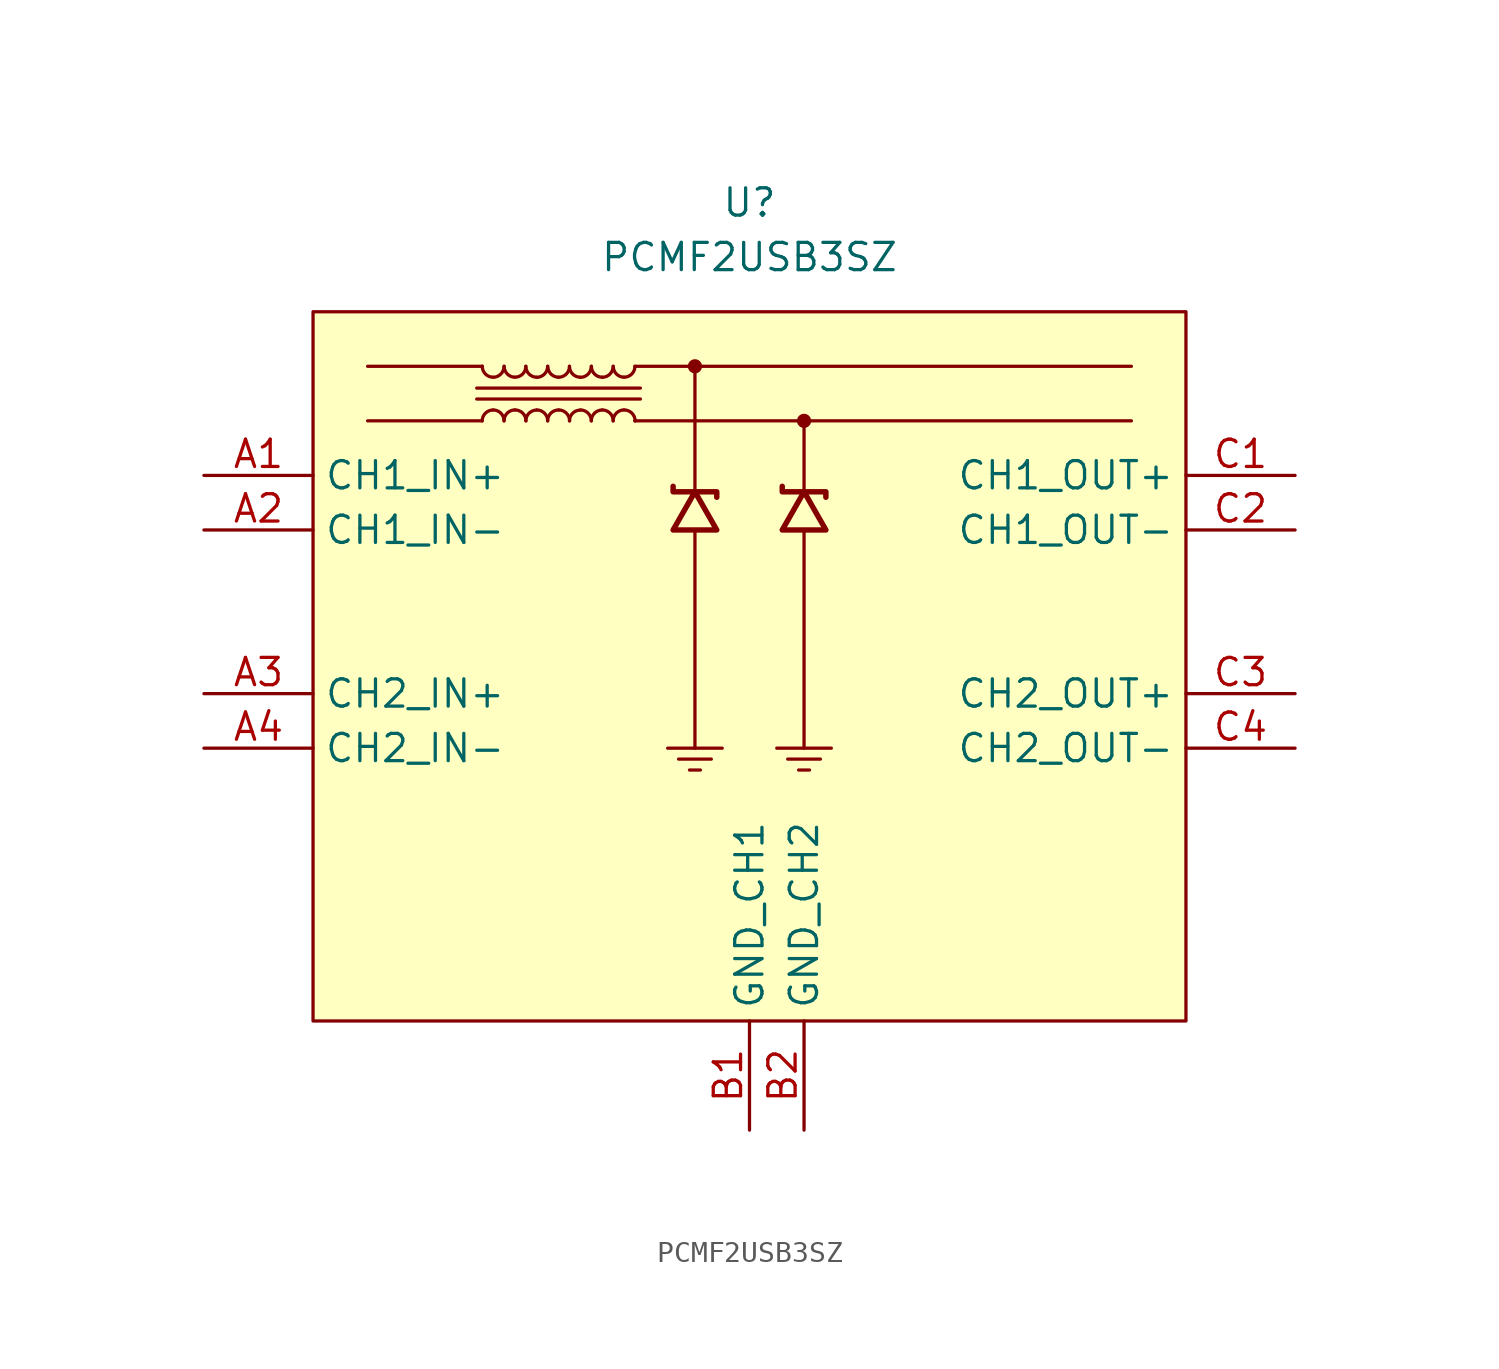
<source format=kicad_sym>
(kicad_symbol_lib
  (version 20211014)
  (generator kicad_symbol_editor)
  (symbol "PCMF2USB3SZ"
    (property "Reference" "U"
      (at 0 20.32 0)
      (effects (font (size 1.27 1.27))))
    (property "Value" "PCMF2USB3SZ"
      (at 0 17.78 0)
      (effects (font (size 1.27 1.27))))
    (symbol "PCMF2USB3SZ_0_1"
      (rectangle (start -20.32 15.24) (end 20.32 -17.78) (stroke (width 0) (type default) (color 0 0 0 0)) (fill (type background)))
      (arc (start -12.446 12.7) (mid -12.446 12.7) (end -12.446 12.7) (stroke (width 0) (type default) (color 0 0 0 0)) (fill (type none)))
      (arc (start -12.446 12.7) (mid -12.2972 12.3408) (end -11.938 12.192) (stroke (width 0) (type default) (color 0 0 0 0)) (fill (type none)))
      (arc (start -11.938 10.668) (mid -12.2972 10.5192) (end -12.446 10.16) (stroke (width 0) (type default) (color 0 0 0 0)) (fill (type none)))
      (arc (start -11.938 12.192) (mid -11.5788 12.3408) (end -11.43 12.7) (stroke (width 0) (type default) (color 0 0 0 0)) (fill (type none)))
      (arc (start -11.43 10.16) (mid -11.5788 10.5192) (end -11.938 10.668) (stroke (width 0) (type default) (color 0 0 0 0)) (fill (type none)))
      (arc (start -11.43 12.7) (mid -11.2812 12.3408) (end -10.922 12.192) (stroke (width 0) (type default) (color 0 0 0 0)) (fill (type none)))
      (arc (start -10.922 10.668) (mid -11.2812 10.5192) (end -11.43 10.16) (stroke (width 0) (type default) (color 0 0 0 0)) (fill (type none)))
      (arc (start -10.922 12.192) (mid -10.5628 12.3408) (end -10.414 12.7) (stroke (width 0) (type default) (color 0 0 0 0)) (fill (type none)))
      (arc (start -10.414 10.16) (mid -10.5628 10.5192) (end -10.922 10.668) (stroke (width 0) (type default) (color 0 0 0 0)) (fill (type none)))
      (arc (start -10.414 12.7) (mid -10.2652 12.3408) (end -9.906 12.192) (stroke (width 0) (type default) (color 0 0 0 0)) (fill (type none)))
      (arc (start -9.906 10.668) (mid -10.2652 10.5192) (end -10.414 10.16) (stroke (width 0) (type default) (color 0 0 0 0)) (fill (type none)))
      (arc (start -9.906 12.192) (mid -9.5468 12.3408) (end -9.398 12.7) (stroke (width 0) (type default) (color 0 0 0 0)) (fill (type none)))
      (arc (start -9.398 10.16) (mid -9.5468 10.5192) (end -9.906 10.668) (stroke (width 0) (type default) (color 0 0 0 0)) (fill (type none)))
      (arc (start -9.398 12.7) (mid -9.2492 12.3408) (end -8.89 12.192) (stroke (width 0) (type default) (color 0 0 0 0)) (fill (type none)))
      (arc (start -8.89 10.668) (mid -9.2492 10.5192) (end -9.398 10.16) (stroke (width 0) (type default) (color 0 0 0 0)) (fill (type none)))
      (arc (start -8.89 12.192) (mid -8.5308 12.3408) (end -8.382 12.7) (stroke (width 0) (type default) (color 0 0 0 0)) (fill (type none)))
      (arc (start -8.382 10.16) (mid -8.5308 10.5192) (end -8.89 10.668) (stroke (width 0) (type default) (color 0 0 0 0)) (fill (type none)))
      (arc (start -8.382 12.7) (mid -8.2332 12.3408) (end -7.874 12.192) (stroke (width 0) (type default) (color 0 0 0 0)) (fill (type none)))
      (arc (start -7.874 10.668) (mid -8.2332 10.5192) (end -8.382 10.16) (stroke (width 0) (type default) (color 0 0 0 0)) (fill (type none)))
      (arc (start -7.874 12.192) (mid -7.5148 12.3408) (end -7.366 12.7) (stroke (width 0) (type default) (color 0 0 0 0)) (fill (type none)))
      (arc (start -7.366 10.16) (mid -7.5148 10.5192) (end -7.874 10.668) (stroke (width 0) (type default) (color 0 0 0 0)) (fill (type none)))
      (arc (start -7.366 12.7) (mid -7.2172 12.3408) (end -6.858 12.192) (stroke (width 0) (type default) (color 0 0 0 0)) (fill (type none)))
      (arc (start -6.858 10.668) (mid -7.2172 10.5192) (end -7.366 10.16) (stroke (width 0) (type default) (color 0 0 0 0)) (fill (type none)))
      (arc (start -6.858 12.192) (mid -6.4988 12.3408) (end -6.35 12.7) (stroke (width 0) (type default) (color 0 0 0 0)) (fill (type none)))
      (arc (start -6.35 10.16) (mid -6.4988 10.5192) (end -6.858 10.668) (stroke (width 0) (type default) (color 0 0 0 0)) (fill (type none)))
      (arc (start -6.35 12.7) (mid -6.2012 12.3408) (end -5.842 12.192) (stroke (width 0) (type default) (color 0 0 0 0)) (fill (type none)))
      (arc (start -5.842 10.668) (mid -6.2012 10.5192) (end -6.35 10.16) (stroke (width 0) (type default) (color 0 0 0 0)) (fill (type none)))
      (arc (start -5.842 12.192) (mid -5.4828 12.3408) (end -5.334 12.7) (stroke (width 0) (type default) (color 0 0 0 0)) (fill (type none)))
      (arc (start -5.334 10.16) (mid -5.4828 10.5192) (end -5.842 10.668) (stroke (width 0) (type default) (color 0 0 0 0)) (fill (type none)))
      (arc (start -5.334 10.16) (mid -5.334 10.16) (end -5.334 10.16) (stroke (width 0) (type default) (color 0 0 0 0)) (fill (type none)))
      (circle (center -2.54 12.7) (radius 0.254) (stroke (width 0) (type default) (color 0 0 0 0)) (fill (type outline)))
      (polyline (pts (xy -17.78 10.16) (xy -12.446 10.16)) (stroke (width 0) (type default) (color 0 0 0 0)) (fill (type none)))
      (polyline (pts (xy -17.78 12.7) (xy -12.446 12.7)) (stroke (width 0) (type default) (color 0 0 0 0)) (fill (type none)))
      (polyline (pts (xy -12.7 11.176) (xy -5.08 11.176)) (stroke (width 0) (type default) (color 0 0 0 0)) (fill (type none)))
      (polyline (pts (xy -12.7 11.684) (xy -5.08 11.684)) (stroke (width 0) (type default) (color 0 0 0 0)) (fill (type none)))
      (polyline (pts (xy -5.334 10.16) (xy 17.78 10.16)) (stroke (width 0) (type default) (color 0 0 0 0)) (fill (type none)))
      (polyline (pts (xy -5.334 12.7) (xy 17.78 12.7)) (stroke (width 0) (type default) (color 0 0 0 0)) (fill (type none)))
      (polyline (pts (xy -3.81 -5.08) (xy -1.27 -5.08)) (stroke (width 0) (type default) (color 0 0 0 0)) (fill (type none)))
      (polyline (pts (xy -3.302 -5.588) (xy -1.778 -5.588)) (stroke (width 0) (type default) (color 0 0 0 0)) (fill (type none)))
      (polyline (pts (xy -2.794 -6.096) (xy -2.286 -6.096)) (stroke (width 0) (type default) (color 0 0 0 0)) (fill (type none)))
      (polyline (pts (xy -2.54 5.08) (xy -2.54 -5.08)) (stroke (width 0) (type default) (color 0 0 0 0)) (fill (type none)))
      (polyline (pts (xy -2.54 12.7) (xy -2.54 6.858)) (stroke (width 0) (type default) (color 0 0 0 0)) (fill (type none)))
      (polyline (pts (xy 1.27 -5.08) (xy 3.81 -5.08)) (stroke (width 0) (type default) (color 0 0 0 0)) (fill (type none)))
      (polyline (pts (xy 1.778 -5.588) (xy 3.302 -5.588)) (stroke (width 0) (type default) (color 0 0 0 0)) (fill (type none)))
      (polyline (pts (xy 2.286 -6.096) (xy 2.794 -6.096)) (stroke (width 0) (type default) (color 0 0 0 0)) (fill (type none)))
      (polyline (pts (xy 2.54 5.08) (xy 2.54 -5.08)) (stroke (width 0) (type default) (color 0 0 0 0)) (fill (type none)))
      (polyline (pts (xy 2.54 10.16) (xy 2.54 6.858)) (stroke (width 0) (type default) (color 0 0 0 0)) (fill (type none)))
      (polyline (pts (xy -2.54 6.858) (xy -3.556 6.858) (xy -3.556 7.112)) (stroke (width 0.254) (type default) (color 0 0 0 0)) (fill (type none)))
      (polyline (pts (xy -2.54 6.858) (xy -1.524 6.858) (xy -1.524 6.604)) (stroke (width 0.254) (type default) (color 0 0 0 0)) (fill (type none)))
      (polyline (pts (xy 2.54 6.858) (xy 1.524 6.858) (xy 1.524 7.112)) (stroke (width 0.254) (type default) (color 0 0 0 0)) (fill (type none)))
      (polyline (pts (xy 2.54 6.858) (xy 3.556 6.858) (xy 3.556 6.604)) (stroke (width 0.254) (type default) (color 0 0 0 0)) (fill (type none)))
      (polyline (pts (xy -2.54 6.858) (xy -3.556 5.08) (xy -1.524 5.08) (xy -2.54 6.858)) (stroke (width 0.254) (type default) (color 0 0 0 0)) (fill (type none)))
      (polyline (pts (xy 2.54 6.858) (xy 1.524 5.08) (xy 3.556 5.08) (xy 2.54 6.858)) (stroke (width 0.254) (type default) (color 0 0 0 0)) (fill (type none)))
      (circle (center 2.54 10.16) (radius 0.254) (stroke (width 0) (type default) (color 0 0 0 0)) (fill (type outline))))
    (symbol "PCMF2USB3SZ_1_1"
      (pin input line (at -25.4 7.62 0) (length 5.08) (name "CH1_IN+" (effects (font (size 1.27 1.27)))) (number "A1" (effects (font (size 1.27 1.27)))))
      (pin input line (at -25.4 5.08 0) (length 5.08) (name "CH1_IN-" (effects (font (size 1.27 1.27)))) (number "A2" (effects (font (size 1.27 1.27)))))
      (pin input line (at -25.4 -2.54 0) (length 5.08) (name "CH2_IN+" (effects (font (size 1.27 1.27)))) (number "A3" (effects (font (size 1.27 1.27)))))
      (pin input line (at -25.4 -5.08 0) (length 5.08) (name "CH2_IN-" (effects (font (size 1.27 1.27)))) (number "A4" (effects (font (size 1.27 1.27)))))
      (pin power_in line (at 0 -22.86 90) (length 5.08) (name "GND_CH1" (effects (font (size 1.27 1.27)))) (number "B1" (effects (font (size 1.27 1.27)))))
      (pin power_in line (at 2.54 -22.86 90) (length 5.08) (name "GND_CH2" (effects (font (size 1.27 1.27)))) (number "B2" (effects (font (size 1.27 1.27)))))
      (pin output line (at 25.4 7.62 180) (length 5.08) (name "CH1_OUT+" (effects (font (size 1.27 1.27)))) (number "C1" (effects (font (size 1.27 1.27)))))
      (pin output line (at 25.4 5.08 180) (length 5.08) (name "CH1_OUT-" (effects (font (size 1.27 1.27)))) (number "C2" (effects (font (size 1.27 1.27)))))
      (pin output line (at 25.4 -2.54 180) (length 5.08) (name "CH2_OUT+" (effects (font (size 1.27 1.27)))) (number "C3" (effects (font (size 1.27 1.27)))))
      (pin output line (at 25.4 -5.08 180) (length 5.08) (name "CH2_OUT-" (effects (font (size 1.27 1.27)))) (number "C4" (effects (font (size 1.27 1.27))))))))
</source>
